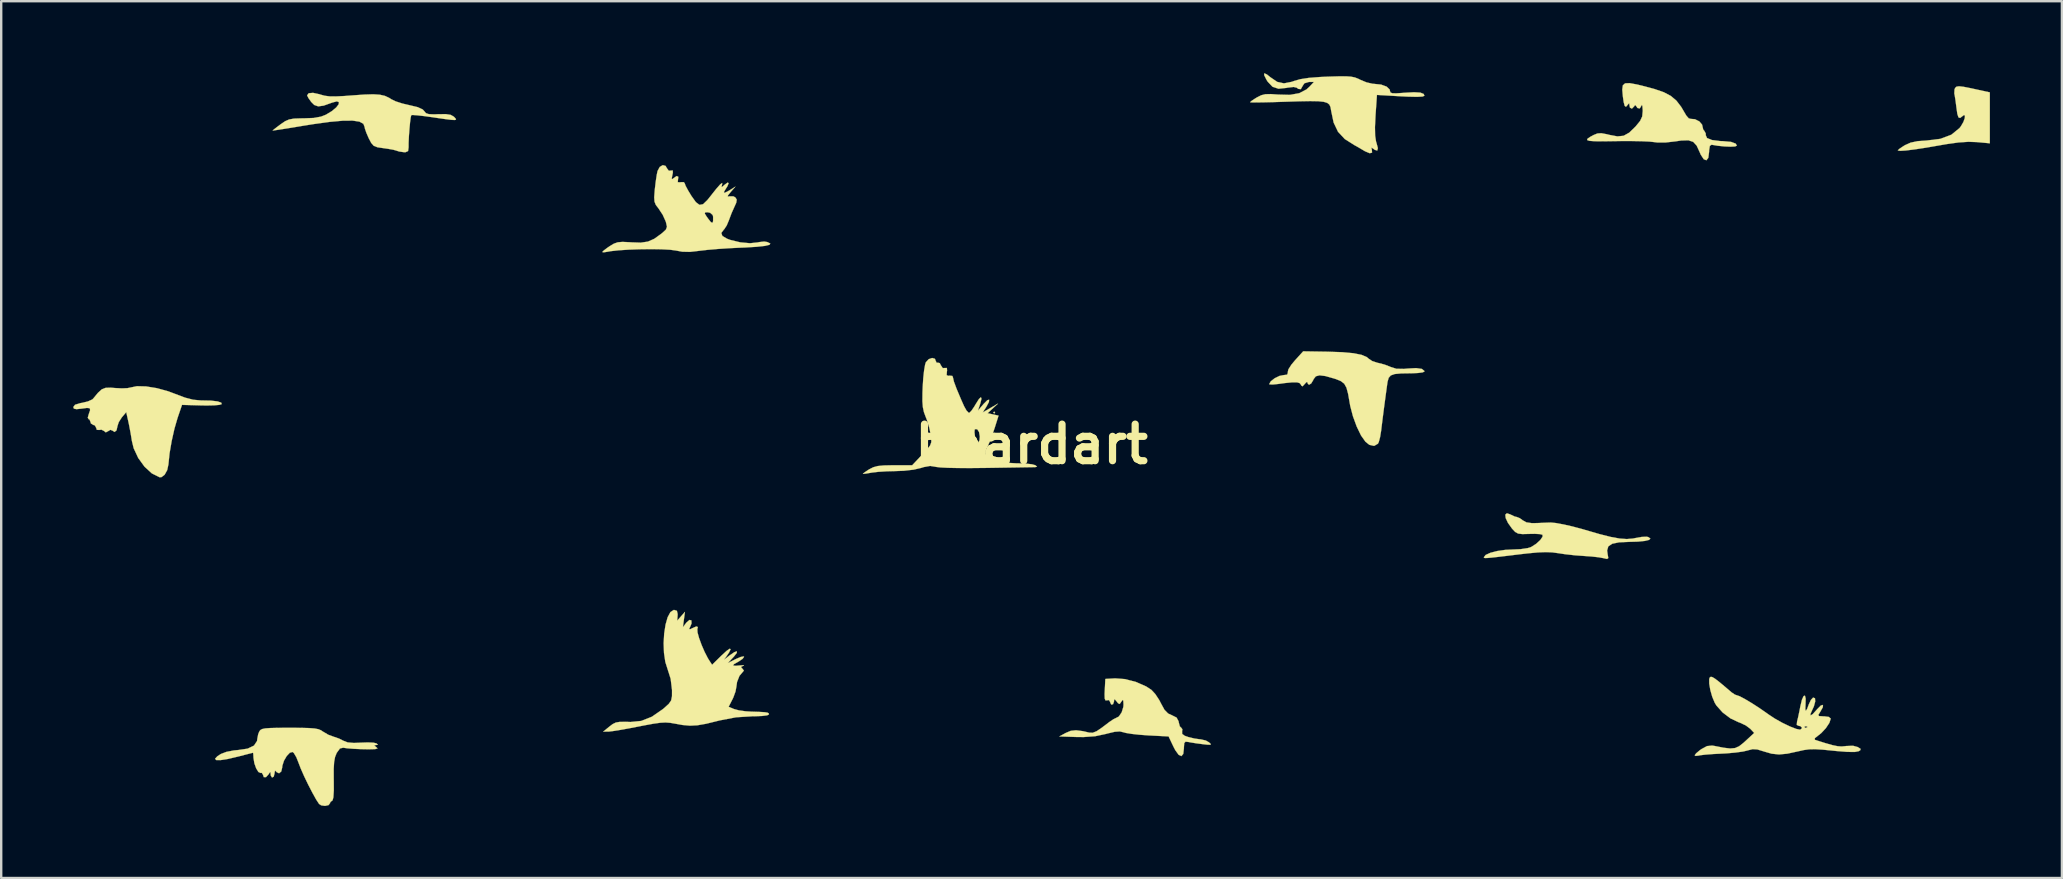
<source format=kicad_pcb>
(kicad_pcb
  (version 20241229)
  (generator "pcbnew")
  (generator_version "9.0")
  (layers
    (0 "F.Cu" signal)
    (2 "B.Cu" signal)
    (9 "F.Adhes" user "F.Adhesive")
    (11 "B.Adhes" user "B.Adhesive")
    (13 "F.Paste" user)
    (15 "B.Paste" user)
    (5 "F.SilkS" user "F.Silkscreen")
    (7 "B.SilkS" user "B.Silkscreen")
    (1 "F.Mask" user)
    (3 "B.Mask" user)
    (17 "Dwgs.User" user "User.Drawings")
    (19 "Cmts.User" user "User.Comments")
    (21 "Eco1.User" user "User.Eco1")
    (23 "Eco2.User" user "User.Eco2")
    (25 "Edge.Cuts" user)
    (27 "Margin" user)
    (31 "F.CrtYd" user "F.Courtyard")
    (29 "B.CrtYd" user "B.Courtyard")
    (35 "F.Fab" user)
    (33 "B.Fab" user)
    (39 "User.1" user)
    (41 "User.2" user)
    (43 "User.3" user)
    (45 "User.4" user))
  (footprint "boardart"
    (layer "F.Cu")
    (at 39.942 15.461)
    (property "Reference" "boardart" (at 0 0 0) (layer "F.SilkS") (effects (font (size 1.524 1.524) (thickness 0.3))))
    (attr through_hole)
    (fp_poly (pts (xy -1.518 -1.318) (xy -1.558 -1.278) (xy -1.597 -1.318) (xy -1.558 -1.358) (xy -1.518 -1.318)) (stroke (width 0.01) (type solid)) (fill yes) (layer "F.SilkS"))
    (fp_poly (pts (xy 38.842 -14.894) (xy 39.142 -14.835) (xy 39.251 -14.811) (xy 39.937 -14.661) (xy 39.937 -12.539) (xy 39.398 -12.589) (xy 39.046 -12.601) (xy 38.641 -12.575) (xy 38.143 -12.506) (xy 37.86 -12.457) (xy 37.282 -12.357) (xy 36.803 -12.284) (xy 36.439 -12.239) (xy 36.201 -12.224) (xy 36.105 -12.24) (xy 36.103 -12.245) (xy 36.165 -12.306) (xy 36.322 -12.412) (xy 36.399 -12.46) (xy 36.638 -12.567) (xy 36.932 -12.628) (xy 37.298 -12.654) (xy 37.878 -12.725) (xy 38.336 -12.898) (xy 38.672 -13.172) (xy 38.732 -13.25) (xy 38.834 -13.425) (xy 38.892 -13.585) (xy 38.901 -13.694) (xy 38.855 -13.715) (xy 38.803 -13.674) (xy 38.7 -13.595) (xy 38.631 -13.618) (xy 38.583 -13.764) (xy 38.544 -14.038) (xy 38.509 -14.31) (xy 38.475 -14.528) (xy 38.457 -14.617) (xy 38.466 -14.788) (xy 38.494 -14.849) (xy 38.55 -14.9) (xy 38.655 -14.915) (xy 38.842 -14.894)) (stroke (width 0.01) (type solid)) (fill yes) (layer "F.SilkS"))
    (fp_poly (pts (xy -36.902 -2.406) (xy -36.456 -2.334) (xy -35.987 -2.205) (xy -35.704 -2.099) (xy -35.283 -1.94) (xy -34.945 -1.852) (xy -34.64 -1.823) (xy -34.586 -1.822) (xy -34.202 -1.814) (xy -33.924 -1.782) (xy -33.77 -1.729) (xy -33.752 -1.668) (xy -33.848 -1.638) (xy -34.068 -1.618) (xy -34.377 -1.612) (xy -34.603 -1.615) (xy -35.406 -1.637) (xy -35.592 -1.093) (xy -35.722 -0.645) (xy -35.838 -0.127) (xy -35.926 0.387) (xy -35.971 0.827) (xy -35.972 0.839) (xy -36.023 1.081) (xy -36.131 1.275) (xy -36.268 1.378) (xy -36.343 1.379) (xy -36.664 1.218) (xy -36.97 0.937) (xy -37.232 0.575) (xy -37.421 0.17) (xy -37.495 -0.134) (xy -37.548 -0.459) (xy -37.616 -0.814) (xy -37.64 -0.926) (xy -37.731 -1.334) (xy -37.916 -1.115) (xy -38.041 -0.921) (xy -38.099 -0.745) (xy -38.1 -0.732) (xy -38.136 -0.575) (xy -38.217 -0.508) (xy -38.301 -0.562) (xy -38.391 -0.598) (xy -38.473 -0.548) (xy -38.584 -0.49) (xy -38.652 -0.547) (xy -38.766 -0.605) (xy -38.845 -0.593) (xy -38.957 -0.595) (xy -38.979 -0.67) (xy -39.039 -0.782) (xy -39.098 -0.799) (xy -39.204 -0.863) (xy -39.218 -0.919) (xy -39.26 -1.025) (xy -39.296 -1.038) (xy -39.334 -1.102) (xy -39.296 -1.243) (xy -39.236 -1.418) (xy -39.251 -1.499) (xy -39.37 -1.51) (xy -39.578 -1.482) (xy -39.804 -1.458) (xy -39.911 -1.48) (xy -39.937 -1.548) (xy -39.864 -1.643) (xy -39.64 -1.711) (xy -39.571 -1.722) (xy -39.331 -1.78) (xy -39.152 -1.86) (xy -39.112 -1.895) (xy -38.908 -2.141) (xy -38.751 -2.284) (xy -38.593 -2.347) (xy -38.385 -2.354) (xy -38.196 -2.339) (xy -37.911 -2.325) (xy -37.676 -2.335) (xy -37.566 -2.358) (xy -37.285 -2.416) (xy -36.902 -2.406)) (stroke (width 0.01) (type solid)) (fill yes) (layer "F.SilkS"))
    (fp_poly (pts (xy 19.958 2.93) (xy 19.971 2.938) (xy 20.135 3.016) (xy 20.221 3.035) (xy 20.348 3.085) (xy 20.467 3.172) (xy 20.619 3.258) (xy 20.851 3.292) (xy 21.072 3.289) (xy 21.344 3.277) (xy 21.561 3.269) (xy 21.646 3.267) (xy 21.858 3.288) (xy 22.176 3.347) (xy 22.554 3.433) (xy 22.947 3.538) (xy 23.084 3.578) (xy 23.673 3.749) (xy 24.14 3.867) (xy 24.51 3.934) (xy 24.808 3.955) (xy 25.062 3.934) (xy 25.164 3.913) (xy 25.421 3.867) (xy 25.629 3.858) (xy 25.698 3.87) (xy 25.79 3.933) (xy 25.739 3.989) (xy 25.559 4.033) (xy 25.267 4.062) (xy 24.913 4.072) (xy 24.486 4.091) (xy 24.199 4.15) (xy 24.038 4.26) (xy 23.987 4.429) (xy 24.01 4.595) (xy 24.037 4.746) (xy 23.984 4.785) (xy 23.834 4.751) (xy 23.635 4.715) (xy 23.342 4.682) (xy 23.044 4.661) (xy 22.654 4.633) (xy 22.233 4.586) (xy 21.966 4.546) (xy 21.702 4.51) (xy 21.427 4.499) (xy 21.102 4.512) (xy 20.684 4.551) (xy 20.368 4.587) (xy 19.843 4.651) (xy 19.456 4.697) (xy 19.185 4.727) (xy 19.01 4.743) (xy 18.91 4.747) (xy 18.864 4.74) (xy 18.851 4.723) (xy 18.85 4.714) (xy 18.924 4.618) (xy 19.121 4.528) (xy 19.405 4.454) (xy 19.74 4.406) (xy 20.015 4.393) (xy 20.385 4.376) (xy 20.684 4.331) (xy 20.831 4.281) (xy 21.035 4.149) (xy 21.202 3.995) (xy 21.297 3.856) (xy 21.295 3.776) (xy 21.19 3.749) (xy 20.976 3.737) (xy 20.734 3.741) (xy 20.453 3.748) (xy 20.278 3.726) (xy 20.155 3.658) (xy 20.033 3.529) (xy 20.025 3.52) (xy 19.855 3.282) (xy 19.76 3.08) (xy 19.745 2.938) (xy 19.81 2.88) (xy 19.958 2.93)) (stroke (width 0.01) (type solid)) (fill yes) (layer "F.SilkS"))
    (fp_poly (pts (xy 12.333 -3.853) (xy 12.946 -3.833) (xy 13.414 -3.79) (xy 13.751 -3.723) (xy 13.972 -3.629) (xy 14.057 -3.556) (xy 14.197 -3.464) (xy 14.413 -3.392) (xy 14.445 -3.386) (xy 14.717 -3.315) (xy 14.966 -3.217) (xy 14.97 -3.215) (xy 15.206 -3.142) (xy 15.522 -3.136) (xy 15.655 -3.149) (xy 16.025 -3.17) (xy 16.267 -3.136) (xy 16.371 -3.051) (xy 16.374 -3.027) (xy 16.301 -2.992) (xy 16.108 -2.966) (xy 15.834 -2.954) (xy 15.795 -2.954) (xy 15.4 -2.948) (xy 15.136 -2.923) (xy 14.974 -2.866) (xy 14.884 -2.765) (xy 14.838 -2.607) (xy 14.826 -2.529) (xy 14.764 -2.076) (xy 14.696 -1.569) (xy 14.632 -1.073) (xy 14.58 -0.653) (xy 14.569 -0.559) (xy 14.526 -0.296) (xy 14.472 -0.093) (xy 14.437 -0.02) (xy 14.277 0.073) (xy 14.078 0.028) (xy 13.916 -0.101) (xy 13.732 -0.361) (xy 13.552 -0.731) (xy 13.395 -1.159) (xy 13.281 -1.594) (xy 13.26 -1.713) (xy 13.193 -2.096) (xy 13.124 -2.354) (xy 13.031 -2.52) (xy 12.892 -2.627) (xy 12.687 -2.711) (xy 12.602 -2.738) (xy 12.244 -2.839) (xy 12.003 -2.869) (xy 11.85 -2.829) (xy 11.758 -2.714) (xy 11.742 -2.676) (xy 11.655 -2.53) (xy 11.562 -2.475) (xy 11.506 -2.53) (xy 11.502 -2.571) (xy 11.464 -2.591) (xy 11.388 -2.511) (xy 11.296 -2.411) (xy 11.243 -2.44) (xy 11.226 -2.479) (xy 11.173 -2.545) (xy 11.062 -2.577) (xy 10.865 -2.577) (xy 10.554 -2.546) (xy 10.284 -2.509) (xy 10.064 -2.487) (xy 9.927 -2.49) (xy 9.904 -2.503) (xy 9.971 -2.621) (xy 10.133 -2.747) (xy 10.333 -2.844) (xy 10.487 -2.875) (xy 10.65 -2.897) (xy 10.682 -2.973) (xy 10.676 -2.992) (xy 10.703 -3.115) (xy 10.828 -3.312) (xy 10.975 -3.488) (xy 11.32 -3.869) (xy 12.333 -3.853)) (stroke (width 0.01) (type solid)) (fill yes) (layer "F.SilkS"))
    (fp_poly (pts (xy 3.898 9.792) (xy 4.354 9.912) (xy 4.777 10.098) (xy 4.996 10.241) (xy 5.155 10.413) (xy 5.321 10.664) (xy 5.397 10.811) (xy 5.541 11.074) (xy 5.692 11.226) (xy 5.847 11.297) (xy 6.044 11.395) (xy 6.127 11.549) (xy 6.136 11.602) (xy 6.179 11.761) (xy 6.241 11.821) (xy 6.286 11.883) (xy 6.274 11.968) (xy 6.276 12.075) (xy 6.383 12.154) (xy 6.538 12.208) (xy 6.791 12.269) (xy 7.013 12.3) (xy 7.043 12.301) (xy 7.262 12.351) (xy 7.393 12.426) (xy 7.471 12.498) (xy 7.454 12.528) (xy 7.318 12.524) (xy 7.149 12.505) (xy 6.87 12.469) (xy 6.626 12.43) (xy 6.55 12.414) (xy 6.42 12.399) (xy 6.363 12.459) (xy 6.35 12.634) (xy 6.35 12.673) (xy 6.322 12.91) (xy 6.245 13.001) (xy 6.13 12.947) (xy 5.987 12.75) (xy 5.911 12.602) (xy 5.711 12.181) (xy 4.872 12.138) (xy 4.501 12.111) (xy 4.172 12.075) (xy 3.928 12.035) (xy 3.835 12.009) (xy 3.678 11.972) (xy 3.466 11.987) (xy 3.158 12.06) (xy 3.102 12.076) (xy 2.652 12.172) (xy 2.165 12.207) (xy 1.862 12.204) (xy 1.158 12.181) (xy 1.428 12.034) (xy 1.633 11.948) (xy 1.854 11.924) (xy 2.141 11.961) (xy 2.401 12.022) (xy 2.546 12.029) (xy 2.712 11.964) (xy 2.939 11.809) (xy 3.018 11.748) (xy 3.239 11.581) (xy 3.413 11.464) (xy 3.5 11.422) (xy 3.637 11.351) (xy 3.756 11.176) (xy 3.825 10.95) (xy 3.832 10.857) (xy 3.823 10.687) (xy 3.793 10.659) (xy 3.745 10.729) (xy 3.672 10.829) (xy 3.606 10.8) (xy 3.55 10.729) (xy 3.466 10.63) (xy 3.44 10.661) (xy 3.437 10.723) (xy 3.395 10.84) (xy 3.319 10.853) (xy 3.275 10.754) (xy 3.275 10.746) (xy 3.223 10.665) (xy 3.151 10.676) (xy 3.082 10.68) (xy 3.049 10.603) (xy 3.044 10.415) (xy 3.051 10.254) (xy 3.075 9.785) (xy 3.482 9.761) (xy 3.898 9.792)) (stroke (width 0.01) (type solid)) (fill yes) (layer "F.SilkS"))
    (fp_poly (pts (xy 25.231 -14.99) (xy 25.449 -14.938) (xy 25.963 -14.801) (xy 26.351 -14.667) (xy 26.644 -14.512) (xy 26.875 -14.317) (xy 27.074 -14.058) (xy 27.275 -13.716) (xy 27.284 -13.7) (xy 27.386 -13.581) (xy 27.461 -13.558) (xy 27.65 -13.542) (xy 27.832 -13.45) (xy 27.945 -13.318) (xy 27.956 -13.266) (xy 27.993 -13.111) (xy 28.038 -13.058) (xy 28.099 -12.946) (xy 28.098 -12.879) (xy 28.151 -12.759) (xy 28.352 -12.676) (xy 28.694 -12.632) (xy 28.808 -12.628) (xy 29.155 -12.597) (xy 29.349 -12.524) (xy 29.394 -12.44) (xy 29.322 -12.408) (xy 29.136 -12.398) (xy 28.878 -12.408) (xy 28.593 -12.437) (xy 28.342 -12.479) (xy 28.268 -12.431) (xy 28.238 -12.241) (xy 28.237 -12.183) (xy 28.205 -11.934) (xy 28.125 -11.832) (xy 28.014 -11.875) (xy 27.89 -12.064) (xy 27.841 -12.178) (xy 27.72 -12.441) (xy 27.576 -12.598) (xy 27.373 -12.664) (xy 27.077 -12.655) (xy 26.832 -12.619) (xy 26.426 -12.573) (xy 26.067 -12.574) (xy 25.94 -12.59) (xy 25.742 -12.611) (xy 25.421 -12.625) (xy 25.015 -12.633) (xy 24.56 -12.633) (xy 24.322 -12.629) (xy 23.821 -12.622) (xy 23.468 -12.625) (xy 23.249 -12.641) (xy 23.154 -12.675) (xy 23.169 -12.729) (xy 23.283 -12.808) (xy 23.428 -12.886) (xy 23.584 -12.949) (xy 23.746 -12.959) (xy 23.974 -12.917) (xy 24.08 -12.89) (xy 24.415 -12.827) (xy 24.674 -12.852) (xy 24.909 -12.983) (xy 25.169 -13.235) (xy 25.183 -13.251) (xy 25.364 -13.473) (xy 25.45 -13.658) (xy 25.471 -13.875) (xy 25.471 -13.918) (xy 25.458 -14.091) (xy 25.437 -14.144) (xy 25.425 -14.118) (xy 25.349 -13.992) (xy 25.252 -14.01) (xy 25.207 -14.078) (xy 25.155 -14.137) (xy 25.114 -14.078) (xy 25.021 -13.983) (xy 24.939 -14.026) (xy 24.92 -14.118) (xy 24.906 -14.209) (xy 24.85 -14.15) (xy 24.844 -14.14) (xy 24.773 -14.061) (xy 24.72 -14.097) (xy 24.676 -14.264) (xy 24.643 -14.499) (xy 24.619 -14.777) (xy 24.642 -14.953) (xy 24.736 -15.038) (xy 24.925 -15.046) (xy 25.231 -14.99)) (stroke (width 0.01) (type solid)) (fill yes) (layer "F.SilkS"))
    (fp_poly (pts (xy -29.677 -14.583) (xy -29.637 -14.569) (xy -29.46 -14.521) (xy -29.258 -14.495) (xy -28.994 -14.492) (xy -28.633 -14.51) (xy -28.302 -14.535) (xy -27.804 -14.57) (xy -27.434 -14.581) (xy -27.159 -14.563) (xy -26.949 -14.515) (xy -26.772 -14.432) (xy -26.678 -14.372) (xy -26.497 -14.285) (xy -26.22 -14.196) (xy -25.934 -14.129) (xy -25.582 -14.045) (xy -25.374 -13.948) (xy -25.309 -13.877) (xy -25.24 -13.796) (xy -25.119 -13.754) (xy -24.903 -13.745) (xy -24.717 -13.752) (xy -24.405 -13.754) (xy -24.207 -13.723) (xy -24.08 -13.65) (xy -24.066 -13.637) (xy -24.002 -13.569) (xy -23.986 -13.526) (xy -24.039 -13.509) (xy -24.18 -13.516) (xy -24.432 -13.547) (xy -24.814 -13.602) (xy -24.965 -13.625) (xy -25.315 -13.673) (xy -25.601 -13.705) (xy -25.792 -13.719) (xy -25.851 -13.713) (xy -25.875 -13.62) (xy -25.902 -13.413) (xy -25.928 -13.137) (xy -25.95 -12.838) (xy -25.963 -12.562) (xy -25.964 -12.369) (xy -25.985 -12.215) (xy -26.09 -12.168) (xy -26.164 -12.169) (xy -26.358 -12.197) (xy -26.464 -12.231) (xy -26.591 -12.268) (xy -26.82 -12.309) (xy -27.003 -12.335) (xy -27.261 -12.373) (xy -27.415 -12.433) (xy -27.52 -12.551) (xy -27.623 -12.746) (xy -27.724 -12.978) (xy -27.787 -13.162) (xy -27.796 -13.219) (xy -27.849 -13.353) (xy -28.013 -13.442) (xy -28.295 -13.484) (xy -28.704 -13.481) (xy -29.246 -13.432) (xy -29.931 -13.338) (xy -30.332 -13.274) (xy -30.764 -13.202) (xy -31.136 -13.142) (xy -31.42 -13.098) (xy -31.591 -13.074) (xy -31.63 -13.071) (xy -31.572 -13.122) (xy -31.422 -13.237) (xy -31.295 -13.332) (xy -31.109 -13.459) (xy -30.942 -13.532) (xy -30.74 -13.568) (xy -30.45 -13.578) (xy -30.333 -13.579) (xy -29.918 -13.595) (xy -29.612 -13.651) (xy -29.41 -13.73) (xy -29.159 -13.882) (xy -28.978 -14.034) (xy -28.877 -14.166) (xy -28.867 -14.257) (xy -28.957 -14.286) (xy -29.157 -14.233) (xy -29.177 -14.225) (xy -29.502 -14.109) (xy -29.729 -14.078) (xy -29.895 -14.136) (xy -30.021 -14.261) (xy -30.137 -14.424) (xy -30.192 -14.533) (xy -30.192 -14.539) (xy -30.126 -14.626) (xy -29.944 -14.641) (xy -29.677 -14.583)) (stroke (width 0.01) (type solid)) (fill yes) (layer "F.SilkS"))
    (fp_poly (pts (xy 9.81 -15.407) (xy 9.951 -15.294) (xy 10.238 -15.098) (xy 10.519 -15.037) (xy 10.847 -15.102) (xy 10.937 -15.135) (xy 11.197 -15.21) (xy 11.553 -15.265) (xy 12.03 -15.302) (xy 12.344 -15.316) (xy 12.781 -15.329) (xy 13.092 -15.331) (xy 13.312 -15.316) (xy 13.475 -15.283) (xy 13.616 -15.228) (xy 13.701 -15.185) (xy 13.96 -15.078) (xy 14.214 -15.02) (xy 14.271 -15.016) (xy 14.57 -14.985) (xy 14.8 -14.9) (xy 14.925 -14.78) (xy 14.936 -14.727) (xy 14.955 -14.66) (xy 15.03 -14.626) (xy 15.196 -14.621) (xy 15.483 -14.64) (xy 15.532 -14.644) (xy 15.937 -14.666) (xy 16.202 -14.651) (xy 16.341 -14.596) (xy 16.374 -14.521) (xy 16.296 -14.488) (xy 16.067 -14.475) (xy 15.693 -14.483) (xy 15.384 -14.498) (xy 14.394 -14.555) (xy 14.335 -13.692) (xy 14.312 -13.21) (xy 14.319 -12.859) (xy 14.356 -12.616) (xy 14.374 -12.559) (xy 14.433 -12.337) (xy 14.407 -12.237) (xy 14.301 -12.267) (xy 14.258 -12.301) (xy 14.169 -12.361) (xy 14.172 -12.304) (xy 14.181 -12.28) (xy 14.191 -12.15) (xy 14.093 -12.125) (xy 13.901 -12.205) (xy 13.858 -12.23) (xy 13.644 -12.357) (xy 13.462 -12.459) (xy 13.459 -12.46) (xy 13.054 -12.716) (xy 12.772 -13.019) (xy 12.589 -13.403) (xy 12.484 -13.902) (xy 12.482 -13.919) (xy 12.458 -14.051) (xy 12.413 -14.151) (xy 12.325 -14.222) (xy 12.177 -14.268) (xy 11.947 -14.292) (xy 11.617 -14.298) (xy 11.167 -14.29) (xy 10.577 -14.271) (xy 10.569 -14.271) (xy 10.106 -14.256) (xy 9.703 -14.247) (xy 9.385 -14.242) (xy 9.178 -14.244) (xy 9.106 -14.251) (xy 9.168 -14.306) (xy 9.323 -14.409) (xy 9.394 -14.452) (xy 9.57 -14.541) (xy 9.746 -14.585) (xy 9.975 -14.59) (xy 10.261 -14.57) (xy 10.767 -14.557) (xy 11.157 -14.627) (xy 11.459 -14.785) (xy 11.584 -14.899) (xy 11.769 -15.096) (xy 11.561 -15.096) (xy 11.369 -15.039) (xy 11.302 -14.936) (xy 11.222 -14.795) (xy 11.112 -14.807) (xy 11.059 -14.853) (xy 10.923 -14.887) (xy 10.669 -14.858) (xy 10.626 -14.848) (xy 10.292 -14.813) (xy 10.043 -14.895) (xy 9.841 -15.107) (xy 9.79 -15.188) (xy 9.693 -15.382) (xy 9.701 -15.456) (xy 9.81 -15.407)) (stroke (width 0.01) (type solid)) (fill yes) (layer "F.SilkS"))
    (fp_poly (pts (xy -30.451 11.823) (xy -30.114 11.832) (xy -29.88 11.85) (xy -29.722 11.88) (xy -29.611 11.926) (xy -29.538 11.976) (xy -29.312 12.11) (xy -29.108 12.185) (xy -28.862 12.27) (xy -28.683 12.36) (xy -28.504 12.43) (xy -28.244 12.453) (xy -27.95 12.441) (xy -27.66 12.431) (xy -27.427 12.442) (xy -27.304 12.47) (xy -27.243 12.526) (xy -27.317 12.54) (xy -27.397 12.553) (xy -27.337 12.607) (xy -27.317 12.62) (xy -27.258 12.679) (xy -27.338 12.706) (xy -27.397 12.711) (xy -27.634 12.717) (xy -27.937 12.711) (xy -28.25 12.697) (xy -28.518 12.676) (xy -28.685 12.652) (xy -28.691 12.651) (xy -28.824 12.683) (xy -28.957 12.864) (xy -28.963 12.876) (xy -29.028 13.039) (xy -29.067 13.247) (xy -29.084 13.537) (xy -29.083 13.945) (xy -29.082 13.998) (xy -29.08 14.433) (xy -29.098 14.718) (xy -29.133 14.848) (xy -29.149 14.857) (xy -29.227 14.92) (xy -29.234 14.959) (xy -29.299 15.043) (xy -29.447 15.076) (xy -29.607 15.053) (xy -29.694 14.995) (xy -29.813 14.814) (xy -29.971 14.53) (xy -30.147 14.19) (xy -30.317 13.838) (xy -30.458 13.519) (xy -30.547 13.286) (xy -30.642 13.047) (xy -30.743 12.877) (xy -30.798 12.828) (xy -30.912 12.86) (xy -31.042 12.997) (xy -31.157 13.193) (xy -31.224 13.401) (xy -31.231 13.474) (xy -31.27 13.642) (xy -31.362 13.717) (xy -31.465 13.668) (xy -31.478 13.649) (xy -31.531 13.602) (xy -31.549 13.701) (xy -31.549 13.718) (xy -31.585 13.859) (xy -31.655 13.894) (xy -31.708 13.81) (xy -31.712 13.758) (xy -31.722 13.661) (xy -31.764 13.704) (xy -31.796 13.758) (xy -31.906 13.878) (xy -31.997 13.879) (xy -32.03 13.781) (xy -32.082 13.699) (xy -32.133 13.703) (xy -32.222 13.663) (xy -32.315 13.513) (xy -32.391 13.3) (xy -32.428 13.073) (xy -32.429 13.034) (xy -32.437 12.897) (xy -32.449 12.861) (xy -32.53 12.881) (xy -32.727 12.931) (xy -33 13.002) (xy -33.068 13.019) (xy -33.494 13.12) (xy -33.802 13.168) (xy -33.982 13.165) (xy -34.029 13.112) (xy -33.936 13.01) (xy -33.788 12.913) (xy -33.558 12.825) (xy -33.243 12.764) (xy -33.069 12.748) (xy -32.673 12.69) (xy -32.407 12.563) (xy -32.28 12.371) (xy -32.269 12.283) (xy -32.231 12.085) (xy -32.186 11.976) (xy -32.143 11.916) (xy -32.069 11.874) (xy -31.94 11.846) (xy -31.731 11.831) (xy -31.415 11.823) (xy -30.967 11.821) (xy -30.919 11.821) (xy -30.451 11.823)) (stroke (width 0.01) (type solid)) (fill yes) (layer "F.SilkS"))
    (fp_poly (pts (xy -14.781 6.945) (xy -14.75 7.08) (xy -14.752 7.132) (xy -14.768 7.355) (xy -14.607 7.172) (xy -14.446 6.989) (xy -14.489 7.308) (xy -14.531 7.628) (xy -14.386 7.437) (xy -14.258 7.326) (xy -14.177 7.346) (xy -14.171 7.471) (xy -14.22 7.592) (xy -14.272 7.709) (xy -14.222 7.711) (xy -14.149 7.674) (xy -13.973 7.597) (xy -13.909 7.621) (xy -13.929 7.712) (xy -13.922 7.846) (xy -13.858 8.078) (xy -13.754 8.363) (xy -13.626 8.658) (xy -13.492 8.918) (xy -13.44 9.003) (xy -13.314 9.195) (xy -12.927 8.814) (xy -12.709 8.614) (xy -12.578 8.524) (xy -12.542 8.547) (xy -12.607 8.682) (xy -12.678 8.788) (xy -12.817 8.986) (xy -12.588 8.806) (xy -12.387 8.668) (xy -12.282 8.633) (xy -12.284 8.698) (xy -12.407 8.856) (xy -12.425 8.875) (xy -12.66 9.124) (xy -12.321 8.954) (xy -12.125 8.87) (xy -12.002 8.846) (xy -11.981 8.862) (xy -12.045 8.949) (xy -12.201 9.055) (xy -12.221 9.066) (xy -12.405 9.171) (xy -12.44 9.226) (xy -12.323 9.237) (xy -12.161 9.223) (xy -12.009 9.213) (xy -11.984 9.226) (xy -12.013 9.236) (xy -12.111 9.285) (xy -12.063 9.347) (xy -12.053 9.353) (xy -11.989 9.437) (xy -12.029 9.485) (xy -12.174 9.657) (xy -12.274 9.91) (xy -12.301 10.102) (xy -12.337 10.304) (xy -12.428 10.554) (xy -12.463 10.628) (xy -12.625 10.945) (xy -12.403 11.039) (xy -12.2 11.094) (xy -11.912 11.134) (xy -11.702 11.147) (xy -11.349 11.158) (xy -11.126 11.171) (xy -11.004 11.19) (xy -10.953 11.22) (xy -10.943 11.262) (xy -11.018 11.301) (xy -11.226 11.328) (xy -11.539 11.341) (xy -11.646 11.342) (xy -12.315 11.383) (xy -13.002 11.514) (xy -13.104 11.54) (xy -13.564 11.653) (xy -13.925 11.716) (xy -14.236 11.732) (xy -14.55 11.704) (xy -14.86 11.648) (xy -15.063 11.613) (xy -15.257 11.599) (xy -15.478 11.611) (xy -15.763 11.651) (xy -16.149 11.722) (xy -16.383 11.768) (xy -16.793 11.847) (xy -17.163 11.913) (xy -17.454 11.959) (xy -17.633 11.98) (xy -17.652 11.981) (xy -17.852 11.98) (xy -17.612 11.784) (xy -17.46 11.668) (xy -17.324 11.601) (xy -17.156 11.573) (xy -16.904 11.572) (xy -16.714 11.579) (xy -16.266 11.535) (xy -15.824 11.36) (xy -15.365 11.042) (xy -15.296 10.984) (xy -15.115 10.818) (xy -15.021 10.68) (xy -14.986 10.506) (xy -14.985 10.245) (xy -15.041 9.781) (xy -15.164 9.393) (xy -15.264 9.077) (xy -15.319 8.701) (xy -15.334 8.296) (xy -15.311 7.892) (xy -15.254 7.522) (xy -15.167 7.214) (xy -15.052 7) (xy -14.913 6.91) (xy -14.897 6.909) (xy -14.781 6.945)) (stroke (width 0.01) (type solid)) (fill yes) (layer "F.SilkS"))
    (fp_poly (pts (xy -4.027 -3.558) (xy -3.994 -3.47) (xy -3.953 -3.389) (xy -3.908 -3.398) (xy -3.825 -3.377) (xy -3.781 -3.288) (xy -3.701 -3.17) (xy -3.615 -3.174) (xy -3.529 -3.176) (xy -3.521 -3.066) (xy -3.529 -3.019) (xy -3.538 -2.876) (xy -3.467 -2.846) (xy -3.421 -2.856) (xy -3.298 -2.842) (xy -3.275 -2.775) (xy -3.237 -2.61) (xy -3.125 -2.307) (xy -2.94 -1.869) (xy -2.811 -1.579) (xy -2.709 -1.398) (xy -2.619 -1.307) (xy -2.596 -1.305) (xy -2.513 -1.384) (xy -2.393 -1.558) (xy -2.328 -1.668) (xy -2.193 -1.881) (xy -2.11 -1.956) (xy -2.088 -1.892) (xy -2.137 -1.69) (xy -2.147 -1.661) (xy -2.235 -1.398) (xy -1.998 -1.677) (xy -1.844 -1.831) (xy -1.768 -1.853) (xy -1.778 -1.757) (xy -1.885 -1.556) (xy -1.897 -1.537) (xy -2.037 -1.322) (xy -1.717 -1.507) (xy -1.398 -1.692) (xy -1.832 -1.29) (xy -1.604 -1.24) (xy -1.376 -1.189) (xy -1.531 -0.695) (xy -1.64 -0.378) (xy -1.757 -0.074) (xy -1.833 0.096) (xy -1.926 0.315) (xy -1.92 0.431) (xy -1.804 0.475) (xy -1.697 0.479) (xy -1.495 0.528) (xy -1.3 0.639) (xy -1.143 0.73) (xy -0.935 0.781) (xy -0.629 0.799) (xy -0.528 0.8) (xy -0.228 0.811) (xy 0.018 0.839) (xy 0.158 0.878) (xy 0.16 0.879) (xy 0.228 0.939) (xy 0.15 0.958) (xy 0.12 0.958) (xy -0.003 0.96) (xy -0.261 0.964) (xy -0.63 0.97) (xy -1.084 0.977) (xy -1.599 0.985) (xy -1.911 0.99) (xy -2.513 0.996) (xy -3.042 0.995) (xy -3.477 0.986) (xy -3.798 0.97) (xy -3.985 0.948) (xy -4.008 0.942) (xy -4.226 0.907) (xy -4.496 0.956) (xy -4.607 0.991) (xy -4.917 1.063) (xy -5.323 1.109) (xy -5.665 1.122) (xy -6.031 1.131) (xy -6.381 1.153) (xy -6.65 1.184) (xy -6.689 1.191) (xy -6.895 1.226) (xy -7.016 1.238) (xy -7.029 1.234) (xy -6.968 1.182) (xy -6.817 1.08) (xy -6.76 1.045) (xy -6.599 0.963) (xy -6.412 0.912) (xy -6.157 0.887) (xy -5.79 0.879) (xy -5.733 0.879) (xy -4.975 0.879) (xy -4.56 0.439) (xy -4.349 0.212) (xy -4.229 0.054) (xy -4.179 -0.08) (xy -4.179 -0.235) (xy -4.198 -0.38) (xy -4.228 -0.518) (xy -2.38 -0.518) (xy -2.36 -0.33) (xy -2.353 -0.288) (xy -2.29 -0.096) (xy -2.221 -0.056) (xy -2.169 -0.164) (xy -2.157 -0.319) (xy -2.189 -0.505) (xy -2.265 -0.621) (xy -2.355 -0.625) (xy -2.367 -0.615) (xy -2.38 -0.518) (xy -4.228 -0.518) (xy -4.266 -0.695) (xy -4.371 -1.033) (xy -4.413 -1.139) (xy -4.487 -1.339) (xy -4.53 -1.542) (xy -4.549 -1.791) (xy -4.546 -2.131) (xy -4.537 -2.377) (xy -4.514 -2.75) (xy -4.478 -3.078) (xy -4.436 -3.319) (xy -4.405 -3.415) (xy -4.286 -3.542) (xy -4.142 -3.592) (xy -4.027 -3.558)) (stroke (width 0.01) (type solid)) (fill yes) (layer "F.SilkS"))
    (fp_poly (pts (xy -15.251 -11.596) (xy -15.199 -11.502) (xy -15.118 -11.395) (xy -15.036 -11.401) (xy -14.956 -11.408) (xy -14.949 -11.314) (xy -14.97 -11.215) (xy -14.998 -11.066) (xy -14.968 -11.046) (xy -14.926 -11.083) (xy -14.791 -11.175) (xy -14.722 -11.143) (xy -14.735 -11.029) (xy -14.745 -10.918) (xy -14.647 -10.912) (xy -14.62 -10.919) (xy -14.491 -10.919) (xy -14.457 -10.874) (xy -14.417 -10.765) (xy -14.311 -10.568) (xy -14.175 -10.344) (xy -13.99 -10.086) (xy -13.839 -9.972) (xy -13.691 -10.001) (xy -13.513 -10.172) (xy -13.406 -10.305) (xy -13.148 -10.631) (xy -12.978 -10.825) (xy -12.895 -10.887) (xy -12.896 -10.827) (xy -12.924 -10.723) (xy -12.885 -10.731) (xy -12.783 -10.82) (xy -12.66 -10.905) (xy -12.625 -10.872) (xy -12.682 -10.738) (xy -12.744 -10.641) (xy -12.824 -10.506) (xy -12.795 -10.473) (xy -12.652 -10.542) (xy -12.557 -10.599) (xy -12.341 -10.735) (xy -12.54 -10.507) (xy -12.655 -10.364) (xy -12.66 -10.316) (xy -12.596 -10.33) (xy -12.424 -10.327) (xy -12.345 -10.283) (xy -12.287 -10.191) (xy -12.308 -10.061) (xy -12.379 -9.904) (xy -12.503 -9.626) (xy -12.611 -9.34) (xy -12.613 -9.332) (xy -12.705 -9.114) (xy -12.808 -8.958) (xy -12.824 -8.943) (xy -12.93 -8.802) (xy -12.885 -8.676) (xy -12.685 -8.559) (xy -12.56 -8.513) (xy -12.142 -8.411) (xy -11.735 -8.374) (xy -11.401 -8.409) (xy -11.362 -8.42) (xy -11.144 -8.444) (xy -11.015 -8.424) (xy -10.889 -8.363) (xy -10.922 -8.309) (xy -11.113 -8.263) (xy -11.462 -8.225) (xy -11.966 -8.195) (xy -12.132 -8.189) (xy -12.604 -8.166) (xy -13.074 -8.135) (xy -13.492 -8.099) (xy -13.808 -8.063) (xy -13.845 -8.058) (xy -14.239 -8.013) (xy -14.56 -8.021) (xy -14.83 -8.071) (xy -15.069 -8.103) (xy -15.425 -8.122) (xy -15.859 -8.129) (xy -16.329 -8.123) (xy -16.795 -8.106) (xy -17.214 -8.079) (xy -17.547 -8.042) (xy -17.672 -8.019) (xy -17.83 -7.995) (xy -17.892 -8.007) (xy -17.831 -8.07) (xy -17.678 -8.186) (xy -17.582 -8.251) (xy -17.406 -8.357) (xy -17.245 -8.413) (xy -17.046 -8.43) (xy -16.754 -8.416) (xy -16.68 -8.411) (xy -16.287 -8.398) (xy -15.988 -8.442) (xy -15.722 -8.56) (xy -15.427 -8.773) (xy -15.385 -8.807) (xy -15.239 -8.942) (xy -15.195 -9.059) (xy -15.233 -9.235) (xy -15.252 -9.293) (xy -15.375 -9.564) (xy -15.408 -9.613) (xy -13.62 -9.613) (xy -13.547 -9.493) (xy -13.485 -9.406) (xy -13.365 -9.253) (xy -13.301 -9.224) (xy -13.273 -9.291) (xy -13.272 -9.478) (xy -13.29 -9.55) (xy -13.396 -9.643) (xy -13.502 -9.665) (xy -13.605 -9.658) (xy -13.62 -9.613) (xy -15.408 -9.613) (xy -15.542 -9.817) (xy -15.552 -9.83) (xy -15.66 -9.972) (xy -15.714 -10.107) (xy -15.727 -10.288) (xy -15.706 -10.569) (xy -15.702 -10.614) (xy -15.665 -10.93) (xy -15.623 -11.213) (xy -15.588 -11.383) (xy -15.497 -11.553) (xy -15.369 -11.629) (xy -15.251 -11.596)) (stroke (width 0.01) (type solid)) (fill yes) (layer "F.SilkS"))
    (fp_poly (pts (xy 28.38 9.711) (xy 28.491 9.779) (xy 28.667 9.915) (xy 28.928 10.133) (xy 29.174 10.344) (xy 29.315 10.439) (xy 29.39 10.464) (xy 29.513 10.507) (xy 29.732 10.623) (xy 30.015 10.792) (xy 30.327 10.993) (xy 30.636 11.207) (xy 30.711 11.262) (xy 30.984 11.442) (xy 31.299 11.618) (xy 31.611 11.767) (xy 31.875 11.869) (xy 32.033 11.901) (xy 32.107 11.84) (xy 32.109 11.821) (xy 32.059 11.768) (xy 32.216 11.768) (xy 32.227 11.816) (xy 32.269 11.821) (xy 32.335 11.792) (xy 32.322 11.768) (xy 32.228 11.759) (xy 32.216 11.768) (xy 32.059 11.768) (xy 32.044 11.752) (xy 31.98 11.742) (xy 31.891 11.701) (xy 31.903 11.562) (xy 31.947 11.384) (xy 32.003 11.119) (xy 32.041 10.923) (xy 32.108 10.647) (xy 32.177 10.498) (xy 32.232 10.481) (xy 32.262 10.604) (xy 32.257 10.816) (xy 32.248 11.045) (xy 32.269 11.116) (xy 32.323 11.032) (xy 32.394 10.842) (xy 32.48 10.661) (xy 32.57 10.563) (xy 32.574 10.562) (xy 32.651 10.59) (xy 32.66 10.725) (xy 32.605 10.927) (xy 32.547 11.054) (xy 32.462 11.245) (xy 32.469 11.308) (xy 32.561 11.246) (xy 32.732 11.057) (xy 32.739 11.048) (xy 32.897 10.891) (xy 32.983 10.868) (xy 32.978 10.962) (xy 32.867 11.16) (xy 32.864 11.165) (xy 32.791 11.282) (xy 32.818 11.332) (xy 32.973 11.342) (xy 33.023 11.342) (xy 33.227 11.368) (xy 33.307 11.437) (xy 33.307 11.442) (xy 33.25 11.616) (xy 33.105 11.834) (xy 32.914 12.04) (xy 32.781 12.146) (xy 32.643 12.255) (xy 32.644 12.318) (xy 32.672 12.331) (xy 33.083 12.46) (xy 33.378 12.544) (xy 33.591 12.588) (xy 33.758 12.6) (xy 33.913 12.586) (xy 33.942 12.581) (xy 34.236 12.57) (xy 34.433 12.624) (xy 34.552 12.7) (xy 34.537 12.757) (xy 34.472 12.797) (xy 34.31 12.828) (xy 33.995 12.825) (xy 33.531 12.788) (xy 33.395 12.774) (xy 32.97 12.732) (xy 32.656 12.713) (xy 32.409 12.718) (xy 32.183 12.749) (xy 31.93 12.806) (xy 31.928 12.806) (xy 31.495 12.9) (xy 31.153 12.932) (xy 30.847 12.901) (xy 30.521 12.807) (xy 30.506 12.802) (xy 30.246 12.723) (xy 30.054 12.711) (xy 29.858 12.76) (xy 29.845 12.765) (xy 29.646 12.811) (xy 29.338 12.853) (xy 28.971 12.886) (xy 28.762 12.897) (xy 28.403 12.915) (xy 28.09 12.939) (xy 27.868 12.965) (xy 27.796 12.98) (xy 27.669 12.994) (xy 27.637 12.965) (xy 27.698 12.884) (xy 27.849 12.758) (xy 27.915 12.711) (xy 28.149 12.584) (xy 28.362 12.562) (xy 28.454 12.576) (xy 28.843 12.652) (xy 29.118 12.684) (xy 29.32 12.665) (xy 29.489 12.59) (xy 29.666 12.451) (xy 29.749 12.376) (xy 30.117 12.036) (xy 29.952 11.861) (xy 29.766 11.722) (xy 29.518 11.606) (xy 29.469 11.59) (xy 29.131 11.431) (xy 28.8 11.181) (xy 28.541 10.89) (xy 28.473 10.779) (xy 28.368 10.527) (xy 28.288 10.245) (xy 28.243 9.981) (xy 28.242 9.786) (xy 28.269 9.719) (xy 28.313 9.695) (xy 28.38 9.711)) (stroke (width 0.01) (type solid)) (fill yes) (layer "F.SilkS")))
  (gr_rect
    (start -3 -3)
    (end 82.884 33.541)
    (stroke (width 0.1) (type default))
    (fill no)
    (layer "Edge.Cuts")))
</source>
